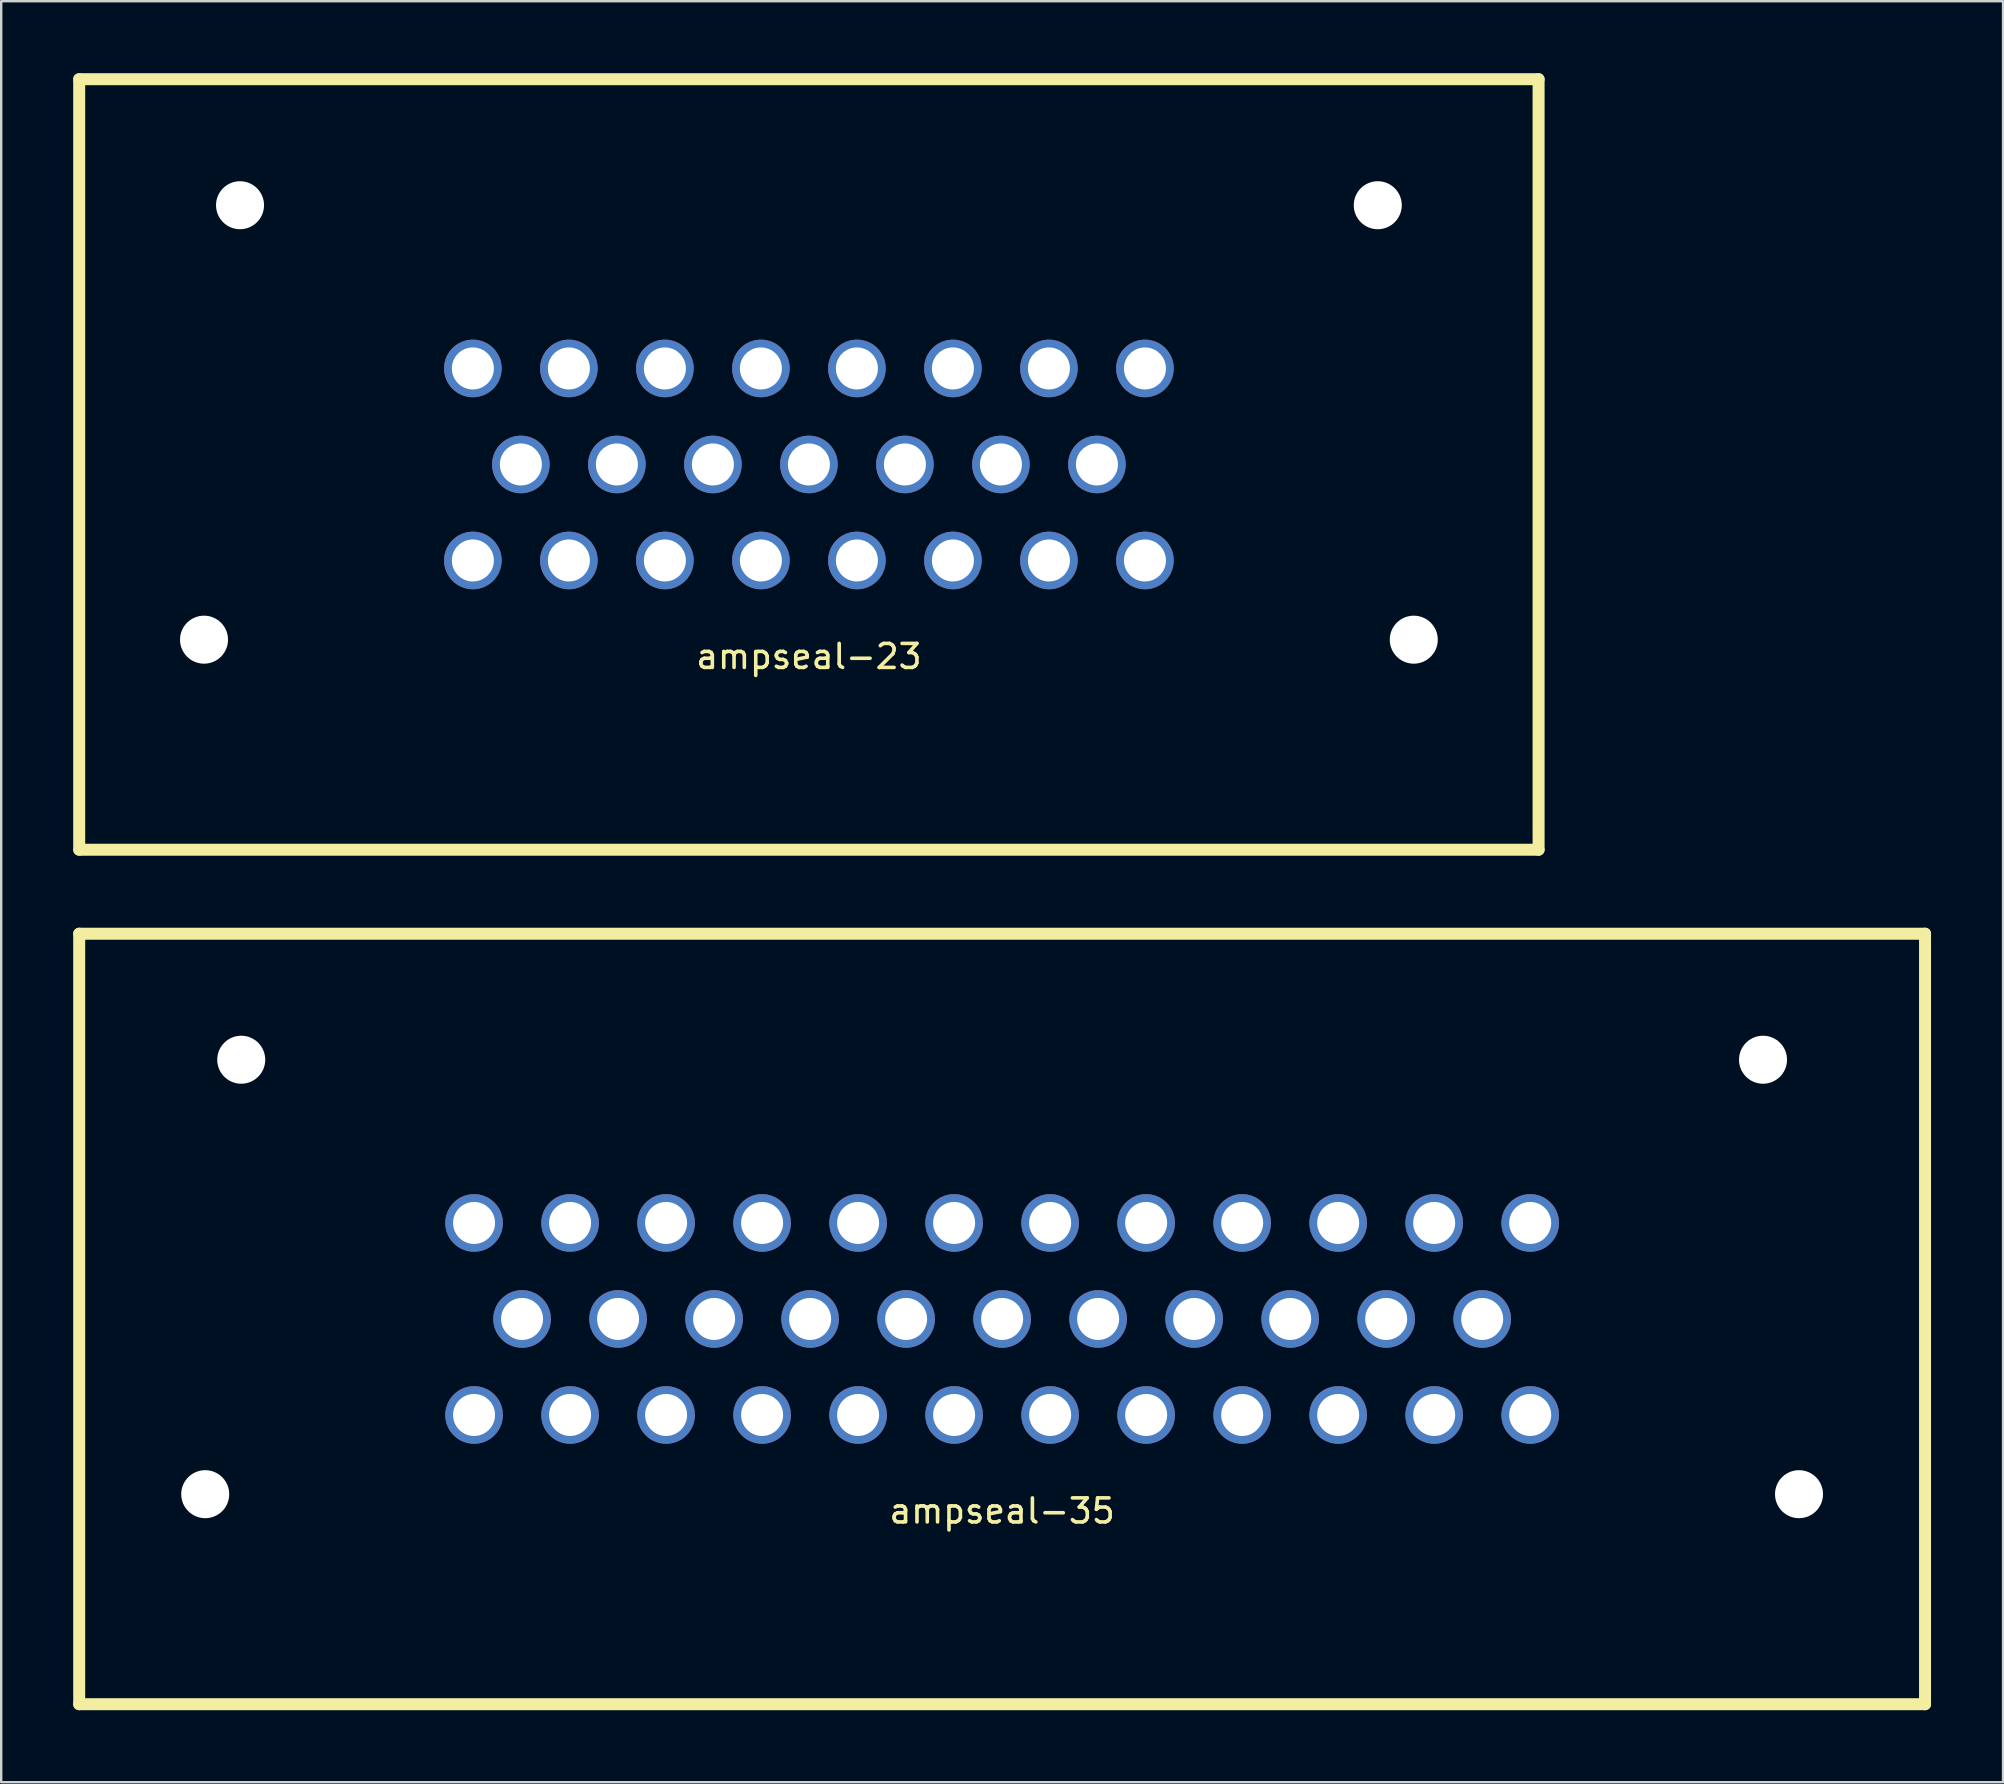
<source format=kicad_pcb>
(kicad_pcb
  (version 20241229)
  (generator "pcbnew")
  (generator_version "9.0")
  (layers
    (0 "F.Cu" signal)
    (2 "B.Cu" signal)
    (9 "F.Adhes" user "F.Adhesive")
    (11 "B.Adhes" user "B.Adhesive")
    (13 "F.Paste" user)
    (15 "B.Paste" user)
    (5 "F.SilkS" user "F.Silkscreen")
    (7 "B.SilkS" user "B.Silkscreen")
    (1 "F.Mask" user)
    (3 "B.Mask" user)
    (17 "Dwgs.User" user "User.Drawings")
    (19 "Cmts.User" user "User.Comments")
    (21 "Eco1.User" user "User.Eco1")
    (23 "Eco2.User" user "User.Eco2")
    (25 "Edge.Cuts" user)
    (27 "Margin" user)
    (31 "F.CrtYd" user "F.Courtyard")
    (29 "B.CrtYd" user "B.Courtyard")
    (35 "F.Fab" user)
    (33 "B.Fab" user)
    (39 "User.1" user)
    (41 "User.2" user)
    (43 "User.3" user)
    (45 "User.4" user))
  (footprint "ampseal-35"
    (layer "F.Cu")
    (at 38.7 51.9)
    (property "Reference" "ampseal-35" (at 0 8 0) (layer "F.SilkS") (effects (font (size 1 1) (thickness 0.15))))
    (attr through_hole)
    (fp_line (start -38.45 -16.05) (end -38.45 16.05) (stroke (width 0.5) (type solid)) (layer "F.SilkS"))
    (fp_line (start -38.45 -16.05) (end 38.45 -16.05) (stroke (width 0.5) (type solid)) (layer "F.SilkS"))
    (fp_line (start -38.45 16.05) (end 38.45 16.05) (stroke (width 0.5) (type solid)) (layer "F.SilkS"))
    (fp_line (start 38.45 -16.05) (end 38.45 16.05) (stroke (width 0.5) (type solid)) (layer "F.SilkS"))
    (pad "" np_thru_hole circle (at -33.2 7.3) (size 2 2) (drill 2) (layers "*.Cu" "*.Mask"))
    (pad "" np_thru_hole circle (at -31.7 -10.8) (size 2 2) (drill 2) (layers "*.Cu" "*.Mask"))
    (pad "" np_thru_hole circle (at 31.7 -10.8) (size 2 2) (drill 2) (layers "*.Cu" "*.Mask"))
    (pad "" np_thru_hole circle (at 33.2 7.3) (size 2 2) (drill 2) (layers "*.Cu" "*.Mask"))
    (pad "1" thru_hole circle (at -22 -4) (size 2.4 2.4) (drill 1.75) (layers "*.Cu" "*.Mask"))
    (pad "2" thru_hole circle (at -18 -4) (size 2.4 2.4) (drill 1.75) (layers "*.Cu" "*.Mask"))
    (pad "3" thru_hole circle (at -14 -4) (size 2.4 2.4) (drill 1.75) (layers "*.Cu" "*.Mask"))
    (pad "4" thru_hole circle (at -10 -4) (size 2.4 2.4) (drill 1.75) (layers "*.Cu" "*.Mask"))
    (pad "5" thru_hole circle (at -6 -4) (size 2.4 2.4) (drill 1.75) (layers "*.Cu" "*.Mask"))
    (pad "6" thru_hole circle (at -2 -4) (size 2.4 2.4) (drill 1.75) (layers "*.Cu" "*.Mask"))
    (pad "7" thru_hole circle (at 2 -4) (size 2.4 2.4) (drill 1.75) (layers "*.Cu" "*.Mask"))
    (pad "8" thru_hole circle (at 6 -4) (size 2.4 2.4) (drill 1.75) (layers "*.Cu" "*.Mask"))
    (pad "9" thru_hole circle (at 10 -4) (size 2.4 2.4) (drill 1.75) (layers "*.Cu" "*.Mask"))
    (pad "10" thru_hole circle (at 14 -4) (size 2.4 2.4) (drill 1.75) (layers "*.Cu" "*.Mask"))
    (pad "11" thru_hole circle (at 18 -4) (size 2.4 2.4) (drill 1.75) (layers "*.Cu" "*.Mask"))
    (pad "12" thru_hole circle (at 22 -4) (size 2.4 2.4) (drill 1.75) (layers "*.Cu" "*.Mask"))
    (pad "13" thru_hole circle (at -20 0) (size 2.4 2.4) (drill 1.75) (layers "*.Cu" "*.Mask"))
    (pad "14" thru_hole circle (at -16 0) (size 2.4 2.4) (drill 1.75) (layers "*.Cu" "*.Mask"))
    (pad "15" thru_hole circle (at -12 0) (size 2.4 2.4) (drill 1.75) (layers "*.Cu" "*.Mask"))
    (pad "16" thru_hole circle (at -8 0) (size 2.4 2.4) (drill 1.75) (layers "*.Cu" "*.Mask"))
    (pad "17" thru_hole circle (at -4 0) (size 2.4 2.4) (drill 1.75) (layers "*.Cu" "*.Mask"))
    (pad "18" thru_hole circle (at 0 0) (size 2.4 2.4) (drill 1.75) (layers "*.Cu" "*.Mask"))
    (pad "19" thru_hole circle (at 4 0) (size 2.4 2.4) (drill 1.75) (layers "*.Cu" "*.Mask"))
    (pad "20" thru_hole circle (at 8 0) (size 2.4 2.4) (drill 1.75) (layers "*.Cu" "*.Mask"))
    (pad "21" thru_hole circle (at 12 0) (size 2.4 2.4) (drill 1.75) (layers "*.Cu" "*.Mask"))
    (pad "22" thru_hole circle (at 16 0) (size 2.4 2.4) (drill 1.75) (layers "*.Cu" "*.Mask"))
    (pad "23" thru_hole circle (at 20 0) (size 2.4 2.4) (drill 1.75) (layers "*.Cu" "*.Mask"))
    (pad "24" thru_hole circle (at -22 4) (size 2.4 2.4) (drill 1.75) (layers "*.Cu" "*.Mask"))
    (pad "25" thru_hole circle (at -18 4) (size 2.4 2.4) (drill 1.75) (layers "*.Cu" "*.Mask"))
    (pad "26" thru_hole circle (at -14 4) (size 2.4 2.4) (drill 1.75) (layers "*.Cu" "*.Mask"))
    (pad "27" thru_hole circle (at -10 4) (size 2.4 2.4) (drill 1.75) (layers "*.Cu" "*.Mask"))
    (pad "28" thru_hole circle (at -6 4) (size 2.4 2.4) (drill 1.75) (layers "*.Cu" "*.Mask"))
    (pad "29" thru_hole circle (at -2 4) (size 2.4 2.4) (drill 1.75) (layers "*.Cu" "*.Mask"))
    (pad "30" thru_hole circle (at 2 4) (size 2.4 2.4) (drill 1.75) (layers "*.Cu" "*.Mask"))
    (pad "31" thru_hole circle (at 6 4) (size 2.4 2.4) (drill 1.75) (layers "*.Cu" "*.Mask"))
    (pad "32" thru_hole circle (at 10 4) (size 2.4 2.4) (drill 1.75) (layers "*.Cu" "*.Mask"))
    (pad "33" thru_hole circle (at 14 4) (size 2.4 2.4) (drill 1.75) (layers "*.Cu" "*.Mask"))
    (pad "34" thru_hole circle (at 18 4) (size 2.4 2.4) (drill 1.75) (layers "*.Cu" "*.Mask"))
    (pad "35" thru_hole circle (at 22 4) (size 2.4 2.4) (drill 1.75) (layers "*.Cu" "*.Mask")))
  (footprint "ampseal-23"
    (layer "F.Cu")
    (at 30.65 16.3)
    (property "Reference" "ampseal-23" (at 0 8 0) (layer "F.SilkS") (effects (font (size 1 1) (thickness 0.15))))
    (attr through_hole)
    (fp_line (start -30.4 -16.05) (end 30.4 -16.05) (stroke (width 0.5) (type solid)) (layer "F.SilkS"))
    (fp_line (start -30.4 16.05) (end -30.4 -16.05) (stroke (width 0.5) (type solid)) (layer "F.SilkS"))
    (fp_line (start 30.4 -16.05) (end 30.4 16.05) (stroke (width 0.5) (type solid)) (layer "F.SilkS"))
    (fp_line (start 30.4 16.05) (end -30.4 16.05) (stroke (width 0.5) (type solid)) (layer "F.SilkS"))
    (pad "" np_thru_hole circle (at -25.2 7.3) (size 2 2) (drill 2) (layers "*.Cu" "*.Mask"))
    (pad "" np_thru_hole circle (at -23.7 -10.8) (size 2 2) (drill 2) (layers "*.Cu" "*.Mask"))
    (pad "" np_thru_hole circle (at 23.7 -10.8) (size 2 2) (drill 2) (layers "*.Cu" "*.Mask"))
    (pad "" np_thru_hole circle (at 25.2 7.3) (size 2 2) (drill 2) (layers "*.Cu" "*.Mask"))
    (pad "1" thru_hole circle (at -14 -4) (size 2.4 2.4) (drill 1.75) (layers "*.Cu" "*.Mask"))
    (pad "2" thru_hole circle (at -10 -4) (size 2.4 2.4) (drill 1.75) (layers "*.Cu" "*.Mask"))
    (pad "3" thru_hole circle (at -6 -4) (size 2.4 2.4) (drill 1.75) (layers "*.Cu" "*.Mask"))
    (pad "4" thru_hole circle (at -2 -4) (size 2.4 2.4) (drill 1.75) (layers "*.Cu" "*.Mask"))
    (pad "5" thru_hole circle (at 2 -4) (size 2.4 2.4) (drill 1.75) (layers "*.Cu" "*.Mask"))
    (pad "6" thru_hole circle (at 6 -4) (size 2.4 2.4) (drill 1.75) (layers "*.Cu" "*.Mask"))
    (pad "7" thru_hole circle (at 10 -4) (size 2.4 2.4) (drill 1.75) (layers "*.Cu" "*.Mask"))
    (pad "8" thru_hole circle (at 14 -4) (size 2.4 2.4) (drill 1.75) (layers "*.Cu" "*.Mask"))
    (pad "9" thru_hole circle (at -12 0) (size 2.4 2.4) (drill 1.75) (layers "*.Cu" "*.Mask"))
    (pad "10" thru_hole circle (at -8 0) (size 2.4 2.4) (drill 1.75) (layers "*.Cu" "*.Mask"))
    (pad "11" thru_hole circle (at -4 0) (size 2.4 2.4) (drill 1.75) (layers "*.Cu" "*.Mask"))
    (pad "12" thru_hole circle (at 0 0) (size 2.4 2.4) (drill 1.75) (layers "*.Cu" "*.Mask"))
    (pad "13" thru_hole circle (at 4 0) (size 2.4 2.4) (drill 1.75) (layers "*.Cu" "*.Mask"))
    (pad "14" thru_hole circle (at 8 0) (size 2.4 2.4) (drill 1.75) (layers "*.Cu" "*.Mask"))
    (pad "15" thru_hole circle (at 12 0) (size 2.4 2.4) (drill 1.75) (layers "*.Cu" "*.Mask"))
    (pad "16" thru_hole circle (at -14 4) (size 2.4 2.4) (drill 1.75) (layers "*.Cu" "*.Mask"))
    (pad "17" thru_hole circle (at -10 4) (size 2.4 2.4) (drill 1.75) (layers "*.Cu" "*.Mask"))
    (pad "18" thru_hole circle (at -6 4) (size 2.4 2.4) (drill 1.75) (layers "*.Cu" "*.Mask"))
    (pad "19" thru_hole circle (at -2 4) (size 2.4 2.4) (drill 1.75) (layers "*.Cu" "*.Mask"))
    (pad "20" thru_hole circle (at 2 4) (size 2.4 2.4) (drill 1.75) (layers "*.Cu" "*.Mask"))
    (pad "21" thru_hole circle (at 6 4) (size 2.4 2.4) (drill 1.75) (layers "*.Cu" "*.Mask"))
    (pad "22" thru_hole circle (at 10 4) (size 2.4 2.4) (drill 1.75) (layers "*.Cu" "*.Mask"))
    (pad "23" thru_hole circle (at 14 4) (size 2.4 2.4) (drill 1.75) (layers "*.Cu" "*.Mask")))
  (gr_rect
    (start -3 -3)
    (end 80.4 71.2)
    (stroke (width 0.1) (type default))
    (fill no)
    (layer "Edge.Cuts")))
</source>
